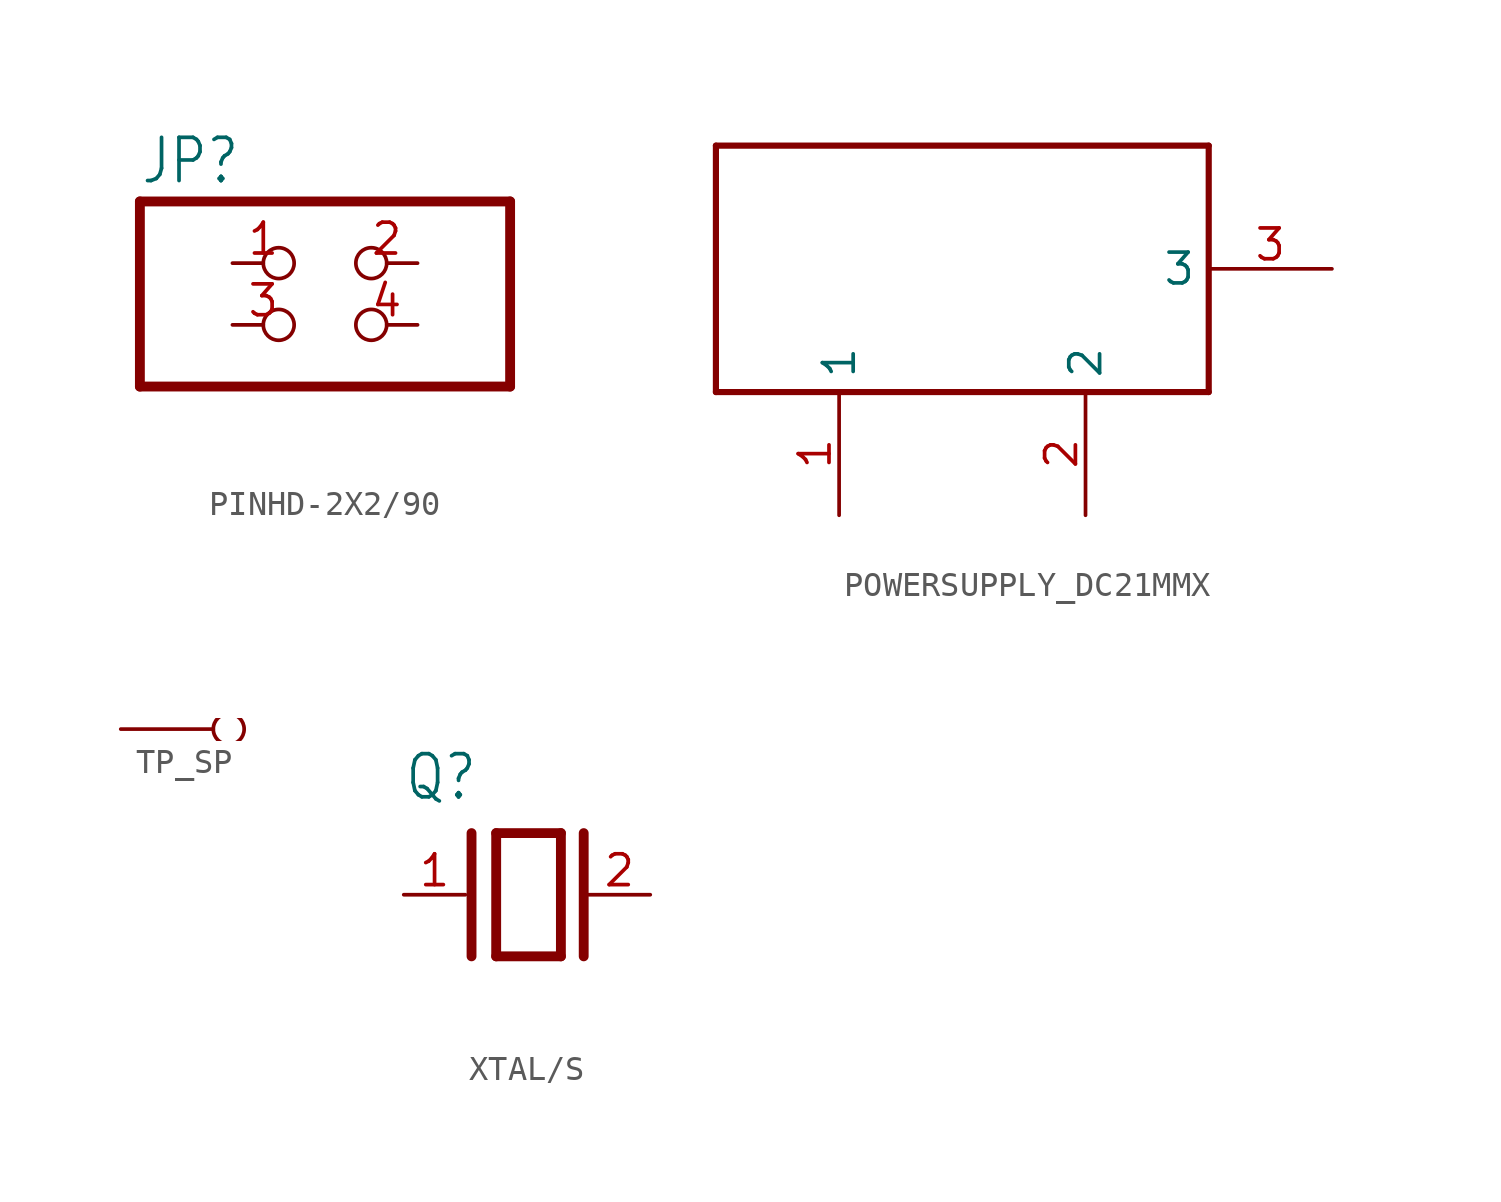
<source format=kicad_sym>
(kicad_symbol_lib
  (version 20220914)
  (generator kicad_symbol_editor)
  (symbol "PINHD-2X2/90"
    (property "Reference" "JP"
      (at -8.89 5.715 0)
      (effects (font (size 1.778 1.511)) (justify left bottom)))
    (property "Value" ""
      (at -8.89 -5.08 0)
      (effects (font (size 1.778 1.511)) (justify left bottom)))
    (property "ki_locked" ""
      (at 0 0 0)
      (effects (font (size 1.27 1.27))))
    (symbol "PINHD-2X2/90_1_0"
      (polyline (pts (xy -8.89 -2.54) (xy 6.35 -2.54)) (stroke (width 0.406) (type solid)) (fill (type none)))
      (polyline (pts (xy -8.89 5.08) (xy -8.89 -2.54)) (stroke (width 0.406) (type solid)) (fill (type none)))
      (polyline (pts (xy 6.35 -2.54) (xy 6.35 5.08)) (stroke (width 0.406) (type solid)) (fill (type none)))
      (polyline (pts (xy 6.35 5.08) (xy -8.89 5.08)) (stroke (width 0.406) (type solid)) (fill (type none)))
      (pin passive inverted (at -5.08 2.54 0) (length 2.54) (name "1" (effects (font (size 0 0)))) (number "1" (effects (font (size 1.27 1.27)))))
      (pin passive inverted (at 2.54 2.54 180) (length 2.54) (name "2" (effects (font (size 0 0)))) (number "2" (effects (font (size 1.27 1.27)))))
      (pin passive inverted (at -5.08 0 0) (length 2.54) (name "3" (effects (font (size 0 0)))) (number "3" (effects (font (size 1.27 1.27)))))
      (pin passive inverted (at 2.54 0 180) (length 2.54) (name "4" (effects (font (size 0 0)))) (number "4" (effects (font (size 1.27 1.27)))))))
  (symbol "POWERSUPPLY_DC21MMX"
    (property "Reference" ""
      (at -10.16 7.62 0)
      (effects (font (size 1.27 1.079)) (justify left bottom) hide))
    (property "Value" ""
      (at -10.16 5.08 0)
      (effects (font (size 1.27 1.079)) (justify left bottom)))
    (property "ki_locked" ""
      (at 0 0 0)
      (effects (font (size 1.27 1.27))))
    (symbol "POWERSUPPLY_DC21MMX_1_0"
      (polyline (pts (xy -10.16 -5.08) (xy -10.16 5.08)) (stroke (width 0.254) (type solid)) (fill (type none)))
      (polyline (pts (xy -10.16 5.08) (xy 10.16 5.08)) (stroke (width 0.254) (type solid)) (fill (type none)))
      (polyline (pts (xy 10.16 -5.08) (xy -10.16 -5.08)) (stroke (width 0.254) (type solid)) (fill (type none)))
      (polyline (pts (xy 10.16 5.08) (xy 10.16 -5.08)) (stroke (width 0.254) (type solid)) (fill (type none)))
      (pin power_in line (at -5.08 -10.16 90) (length 5.08) (name "1" (effects (font (size 1.27 1.27)))) (number "1" (effects (font (size 1.27 1.27)))))
      (pin power_in line (at 5.08 -10.16 90) (length 5.08) (name "2" (effects (font (size 1.27 1.27)))) (number "2" (effects (font (size 1.27 1.27)))))
      (pin power_in line (at 15.24 0 180) (length 5.08) (name "3" (effects (font (size 1.27 1.27)))) (number "3" (effects (font (size 1.27 1.27)))))))
  (symbol "TP_SP"
    (property "Reference" ""
      (at 5.08 2.54 90)
      (effects (font (size 1.27 1.079)) (justify right top) hide))
    (property "ki_locked" ""
      (at 0 0 0)
      (effects (font (size 1.27 1.27))))
    (symbol "TP_SP_1_0"
      (pin passive inverted (at 0 0 0) (length 5.08) (name "TESTP" (effects (font (size 0 0)))) (number "X" (effects (font (size 0 0)))))))
  (symbol "XTAL/S"
    (property "Reference" "Q"
      (at -5.08 3.81 0)
      (effects (font (size 1.778 1.511)) (justify left bottom)))
    (property "Value" ""
      (at -5.08 -5.08 0)
      (effects (font (size 1.778 1.511)) (justify left bottom)))
    (property "ki_locked" ""
      (at 0 0 0)
      (effects (font (size 1.27 1.27))))
    (symbol "XTAL/S_1_0"
      (polyline (pts (xy -2.286 2.54) (xy -2.286 -2.54)) (stroke (width 0.406) (type solid)) (fill (type none)))
      (polyline (pts (xy -1.27 2.54) (xy -1.27 -2.54)) (stroke (width 0.406) (type solid)) (fill (type none)))
      (polyline (pts (xy -1.27 2.54) (xy 1.397 2.54)) (stroke (width 0.406) (type solid)) (fill (type none)))
      (polyline (pts (xy 1.397 -2.54) (xy -1.27 -2.54)) (stroke (width 0.406) (type solid)) (fill (type none)))
      (polyline (pts (xy 1.397 2.54) (xy 1.397 -2.54)) (stroke (width 0.406) (type solid)) (fill (type none)))
      (polyline (pts (xy 2.337 2.54) (xy 2.337 -2.54)) (stroke (width 0.406) (type solid)) (fill (type none)))
      (pin passive line (at -5.08 0 0) (length 2.54) (name "1" (effects (font (size 0 0)))) (number "1" (effects (font (size 1.27 1.27)))))
      (pin passive line (at 5.08 0 180) (length 2.54) (name "2" (effects (font (size 0 0)))) (number "2" (effects (font (size 1.27 1.27))))))))
</source>
